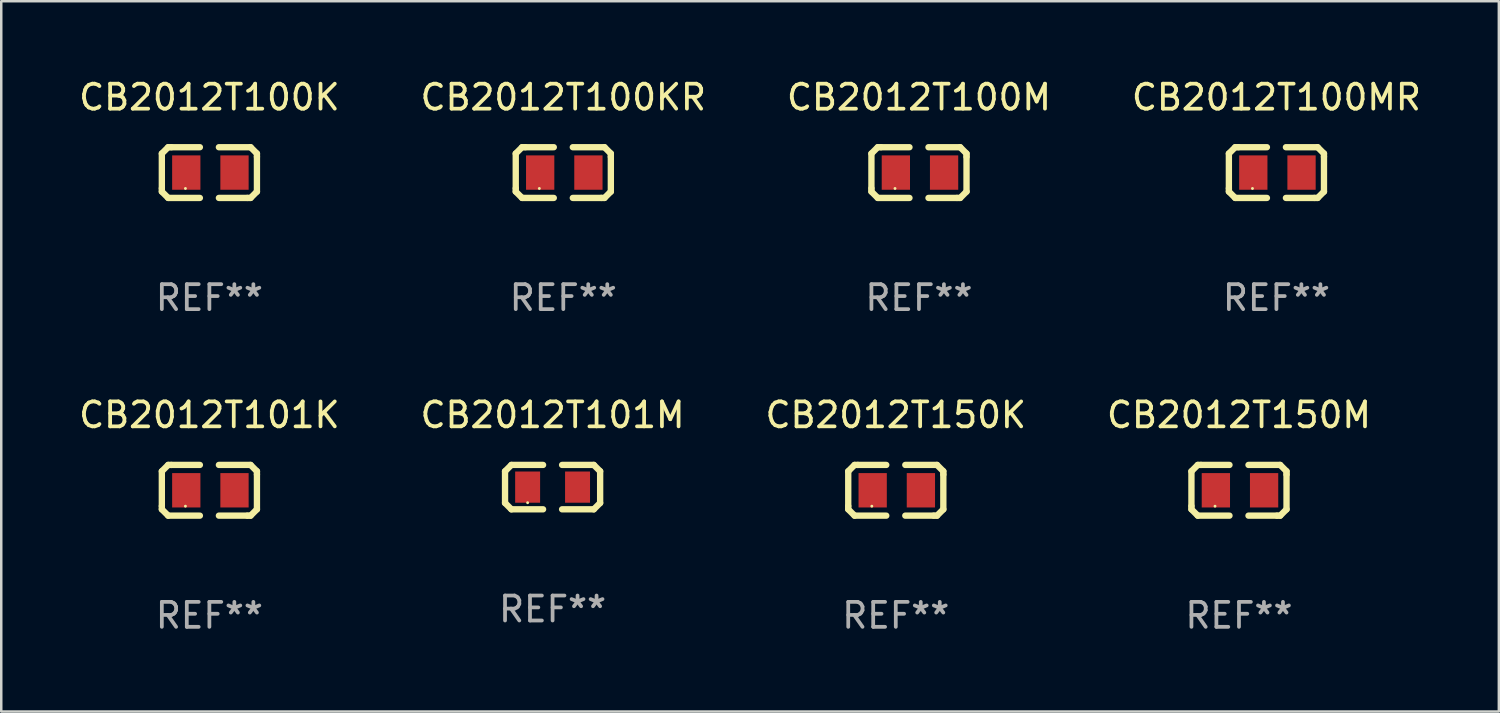
<source format=kicad_pcb>
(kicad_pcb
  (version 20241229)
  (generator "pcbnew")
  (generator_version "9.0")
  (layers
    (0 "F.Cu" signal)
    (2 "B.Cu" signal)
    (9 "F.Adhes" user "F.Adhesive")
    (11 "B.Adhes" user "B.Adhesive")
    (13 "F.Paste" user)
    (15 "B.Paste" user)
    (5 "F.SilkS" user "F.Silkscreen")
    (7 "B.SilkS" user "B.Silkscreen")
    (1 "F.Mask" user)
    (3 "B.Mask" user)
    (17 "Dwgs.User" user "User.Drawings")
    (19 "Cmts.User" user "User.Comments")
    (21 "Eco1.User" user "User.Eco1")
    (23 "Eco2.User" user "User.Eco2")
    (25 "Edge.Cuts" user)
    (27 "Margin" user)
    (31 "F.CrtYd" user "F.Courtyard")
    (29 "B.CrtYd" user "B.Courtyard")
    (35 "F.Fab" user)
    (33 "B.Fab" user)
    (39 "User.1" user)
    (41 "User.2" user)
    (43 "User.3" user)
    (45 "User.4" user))
  (footprint "CB2012T101K"
    (layer "F.Cu")
    (at 5.339 16.593)
    (property "Reference" "CB2012T101K" (at 0 -3.016 0) (layer "F.SilkS") (effects (font (size 1 1) (thickness 0.15))))
    (attr through_hole)
    (fp_line (start -1.905 -0.762) (end -1.905 0.635) (stroke (width 0.254) (type solid)) (layer "F.SilkS"))
    (fp_line (start -1.905 0.635) (end -1.905 0.762) (stroke (width 0.254) (type solid)) (layer "F.SilkS"))
    (fp_line (start -1.905 0.762) (end -1.651 1.016) (stroke (width 0.254) (type solid)) (layer "F.SilkS"))
    (fp_line (start -1.651 -1.016) (end -1.905 -0.762) (stroke (width 0.254) (type solid)) (layer "F.SilkS"))
    (fp_line (start -1.651 1.016) (end -0.381 1.016) (stroke (width 0.254) (type solid)) (layer "F.SilkS"))
    (fp_line (start -1.524 -1.016) (end -1.651 -1.016) (stroke (width 0.254) (type solid)) (layer "F.SilkS"))
    (fp_line (start -0.381 -1.016) (end -1.524 -1.016) (stroke (width 0.254) (type solid)) (layer "F.SilkS"))
    (fp_line (start 0.381 1.016) (end 1.524 1.016) (stroke (width 0.254) (type solid)) (layer "F.SilkS"))
    (fp_line (start 1.524 1.016) (end 1.651 1.016) (stroke (width 0.254) (type solid)) (layer "F.SilkS"))
    (fp_line (start 1.651 -1.016) (end 0.381 -1.016) (stroke (width 0.254) (type solid)) (layer "F.SilkS"))
    (fp_line (start 1.651 1.016) (end 1.905 0.762) (stroke (width 0.254) (type solid)) (layer "F.SilkS"))
    (fp_line (start 1.905 -0.762) (end 1.651 -1.016) (stroke (width 0.254) (type solid)) (layer "F.SilkS"))
    (fp_line (start 1.905 -0.635) (end 1.905 -0.762) (stroke (width 0.254) (type solid)) (layer "F.SilkS"))
    (fp_line (start 1.905 0.762) (end 1.905 -0.635) (stroke (width 0.254) (type solid)) (layer "F.SilkS"))
    (fp_circle (center -0.96 0.637) (end -0.93 0.637) (stroke (width 0.06) (type solid)) (fill no) (layer "F.SilkS"))
    (fp_text user "REF**" (at 0 5.016 0) (layer "F.Fab") (effects (font (size 1 1) (thickness 0.15))))
    (pad "1" smd rect (at -0.926 -0.000051) (size 1.133 1.377) (layers "F.Cu" "F.Mask" "F.Paste"))
    (pad "2" smd rect (at 1.006 -0.000051) (size 1.133 1.377) (layers "F.Cu" "F.Mask" "F.Paste")))
  (footprint "CB2012T150K"
    (layer "F.Cu")
    (at 32.839 16.593)
    (property "Reference" "CB2012T150K" (at 0 -3.016 0) (layer "F.SilkS") (effects (font (size 1 1) (thickness 0.15))))
    (attr through_hole)
    (fp_line (start -1.905 -0.762) (end -1.905 0.635) (stroke (width 0.254) (type solid)) (layer "F.SilkS"))
    (fp_line (start -1.905 0.635) (end -1.905 0.762) (stroke (width 0.254) (type solid)) (layer "F.SilkS"))
    (fp_line (start -1.905 0.762) (end -1.651 1.016) (stroke (width 0.254) (type solid)) (layer "F.SilkS"))
    (fp_line (start -1.651 -1.016) (end -1.905 -0.762) (stroke (width 0.254) (type solid)) (layer "F.SilkS"))
    (fp_line (start -1.651 1.016) (end -0.381 1.016) (stroke (width 0.254) (type solid)) (layer "F.SilkS"))
    (fp_line (start -1.524 -1.016) (end -1.651 -1.016) (stroke (width 0.254) (type solid)) (layer "F.SilkS"))
    (fp_line (start -0.381 -1.016) (end -1.524 -1.016) (stroke (width 0.254) (type solid)) (layer "F.SilkS"))
    (fp_line (start 0.381 1.016) (end 1.524 1.016) (stroke (width 0.254) (type solid)) (layer "F.SilkS"))
    (fp_line (start 1.524 1.016) (end 1.651 1.016) (stroke (width 0.254) (type solid)) (layer "F.SilkS"))
    (fp_line (start 1.651 -1.016) (end 0.381 -1.016) (stroke (width 0.254) (type solid)) (layer "F.SilkS"))
    (fp_line (start 1.651 1.016) (end 1.905 0.762) (stroke (width 0.254) (type solid)) (layer "F.SilkS"))
    (fp_line (start 1.905 -0.762) (end 1.651 -1.016) (stroke (width 0.254) (type solid)) (layer "F.SilkS"))
    (fp_line (start 1.905 -0.635) (end 1.905 -0.762) (stroke (width 0.254) (type solid)) (layer "F.SilkS"))
    (fp_line (start 1.905 0.762) (end 1.905 -0.635) (stroke (width 0.254) (type solid)) (layer "F.SilkS"))
    (fp_circle (center -0.96 0.637) (end -0.93 0.637) (stroke (width 0.06) (type solid)) (fill no) (layer "F.SilkS"))
    (fp_text user "REF**" (at 0 5.016 0) (layer "F.Fab") (effects (font (size 1 1) (thickness 0.15))))
    (pad "1" smd rect (at -0.926 -0.000051) (size 1.133 1.377) (layers "F.Cu" "F.Mask" "F.Paste"))
    (pad "2" smd rect (at 1.006 -0.000051) (size 1.133 1.377) (layers "F.Cu" "F.Mask" "F.Paste")))
  (footprint "CB2012T100M"
    (layer "F.Cu")
    (at 33.768 3.864)
    (property "Reference" "CB2012T100M" (at 0 -3.016 0) (layer "F.SilkS") (effects (font (size 1 1) (thickness 0.15))))
    (attr through_hole)
    (fp_line (start -1.905 -0.762) (end -1.905 0.635) (stroke (width 0.254) (type solid)) (layer "F.SilkS"))
    (fp_line (start -1.905 0.635) (end -1.905 0.762) (stroke (width 0.254) (type solid)) (layer "F.SilkS"))
    (fp_line (start -1.905 0.762) (end -1.651 1.016) (stroke (width 0.254) (type solid)) (layer "F.SilkS"))
    (fp_line (start -1.651 -1.016) (end -1.905 -0.762) (stroke (width 0.254) (type solid)) (layer "F.SilkS"))
    (fp_line (start -1.651 1.016) (end -0.381 1.016) (stroke (width 0.254) (type solid)) (layer "F.SilkS"))
    (fp_line (start -1.524 -1.016) (end -1.651 -1.016) (stroke (width 0.254) (type solid)) (layer "F.SilkS"))
    (fp_line (start -0.381 -1.016) (end -1.524 -1.016) (stroke (width 0.254) (type solid)) (layer "F.SilkS"))
    (fp_line (start 0.381 1.016) (end 1.524 1.016) (stroke (width 0.254) (type solid)) (layer "F.SilkS"))
    (fp_line (start 1.524 1.016) (end 1.651 1.016) (stroke (width 0.254) (type solid)) (layer "F.SilkS"))
    (fp_line (start 1.651 -1.016) (end 0.381 -1.016) (stroke (width 0.254) (type solid)) (layer "F.SilkS"))
    (fp_line (start 1.651 1.016) (end 1.905 0.762) (stroke (width 0.254) (type solid)) (layer "F.SilkS"))
    (fp_line (start 1.905 -0.762) (end 1.651 -1.016) (stroke (width 0.254) (type solid)) (layer "F.SilkS"))
    (fp_line (start 1.905 -0.635) (end 1.905 -0.762) (stroke (width 0.254) (type solid)) (layer "F.SilkS"))
    (fp_line (start 1.905 0.762) (end 1.905 -0.635) (stroke (width 0.254) (type solid)) (layer "F.SilkS"))
    (fp_circle (center -0.96 0.637) (end -0.93 0.637) (stroke (width 0.06) (type solid)) (fill no) (layer "F.SilkS"))
    (fp_text user "REF**" (at 0 5.016 0) (layer "F.Fab") (effects (font (size 1 1) (thickness 0.15))))
    (pad "1" smd rect (at -0.926 -0.000051) (size 1.133 1.377) (layers "F.Cu" "F.Mask" "F.Paste"))
    (pad "2" smd rect (at 1.006 -0.000051) (size 1.133 1.377) (layers "F.Cu" "F.Mask" "F.Paste")))
  (footprint "CB2012T101M"
    (layer "F.Cu")
    (at 19.089 16.466)
    (property "Reference" "CB2012T101M" (at 0 -2.889 0) (layer "F.SilkS") (effects (font (size 1 1) (thickness 0.15))))
    (attr through_hole)
    (fp_line (start -1.905 -0.635) (end -1.651 -0.889) (stroke (width 0.254) (type solid)) (layer "F.SilkS"))
    (fp_line (start -1.905 0.635) (end -1.905 -0.635) (stroke (width 0.254) (type solid)) (layer "F.SilkS"))
    (fp_line (start -1.651 -0.889) (end -0.381 -0.889) (stroke (width 0.254) (type solid)) (layer "F.SilkS"))
    (fp_line (start -1.651 0.889) (end -1.905 0.635) (stroke (width 0.254) (type solid)) (layer "F.SilkS"))
    (fp_line (start -0.381 0.889) (end -1.651 0.889) (stroke (width 0.254) (type solid)) (layer "F.SilkS"))
    (fp_line (start 0.381 -0.889) (end 1.651 -0.889) (stroke (width 0.254) (type solid)) (layer "F.SilkS"))
    (fp_line (start 1.651 -0.889) (end 1.905 -0.635) (stroke (width 0.254) (type solid)) (layer "F.SilkS"))
    (fp_line (start 1.651 0.889) (end 0.381 0.889) (stroke (width 0.254) (type solid)) (layer "F.SilkS"))
    (fp_line (start 1.905 -0.635) (end 1.905 0.635) (stroke (width 0.254) (type solid)) (layer "F.SilkS"))
    (fp_line (start 1.905 0.635) (end 1.651 0.889) (stroke (width 0.254) (type solid)) (layer "F.SilkS"))
    (fp_circle (center -1 0.625) (end -0.97 0.625) (stroke (width 0.06) (type solid)) (fill no) (layer "F.SilkS"))
    (fp_text user "REF**" (at 0 4.889 0) (layer "F.Fab") (effects (font (size 1 1) (thickness 0.15))))
    (pad "1" smd rect (at -1 0 180) (size 1 1.25) (layers "F.Cu" "F.Mask" "F.Paste"))
    (pad "2" smd rect (at 1 0) (size 1 1.25) (layers "F.Cu" "F.Mask" "F.Paste")))
  (footprint "CB2012T100K"
    (layer "F.Cu")
    (at 5.339 3.864)
    (property "Reference" "CB2012T100K" (at 0 -3.016 0) (layer "F.SilkS") (effects (font (size 1 1) (thickness 0.15))))
    (attr through_hole)
    (fp_line (start -1.905 -0.762) (end -1.905 0.635) (stroke (width 0.254) (type solid)) (layer "F.SilkS"))
    (fp_line (start -1.905 0.635) (end -1.905 0.762) (stroke (width 0.254) (type solid)) (layer "F.SilkS"))
    (fp_line (start -1.905 0.762) (end -1.651 1.016) (stroke (width 0.254) (type solid)) (layer "F.SilkS"))
    (fp_line (start -1.651 -1.016) (end -1.905 -0.762) (stroke (width 0.254) (type solid)) (layer "F.SilkS"))
    (fp_line (start -1.651 1.016) (end -0.381 1.016) (stroke (width 0.254) (type solid)) (layer "F.SilkS"))
    (fp_line (start -1.524 -1.016) (end -1.651 -1.016) (stroke (width 0.254) (type solid)) (layer "F.SilkS"))
    (fp_line (start -0.381 -1.016) (end -1.524 -1.016) (stroke (width 0.254) (type solid)) (layer "F.SilkS"))
    (fp_line (start 0.381 1.016) (end 1.524 1.016) (stroke (width 0.254) (type solid)) (layer "F.SilkS"))
    (fp_line (start 1.524 1.016) (end 1.651 1.016) (stroke (width 0.254) (type solid)) (layer "F.SilkS"))
    (fp_line (start 1.651 -1.016) (end 0.381 -1.016) (stroke (width 0.254) (type solid)) (layer "F.SilkS"))
    (fp_line (start 1.651 1.016) (end 1.905 0.762) (stroke (width 0.254) (type solid)) (layer "F.SilkS"))
    (fp_line (start 1.905 -0.762) (end 1.651 -1.016) (stroke (width 0.254) (type solid)) (layer "F.SilkS"))
    (fp_line (start 1.905 -0.635) (end 1.905 -0.762) (stroke (width 0.254) (type solid)) (layer "F.SilkS"))
    (fp_line (start 1.905 0.762) (end 1.905 -0.635) (stroke (width 0.254) (type solid)) (layer "F.SilkS"))
    (fp_circle (center -0.96 0.637) (end -0.93 0.637) (stroke (width 0.06) (type solid)) (fill no) (layer "F.SilkS"))
    (fp_text user "REF**" (at 0 5.016 0) (layer "F.Fab") (effects (font (size 1 1) (thickness 0.15))))
    (pad "1" smd rect (at -0.926 -0.000051) (size 1.133 1.377) (layers "F.Cu" "F.Mask" "F.Paste"))
    (pad "2" smd rect (at 1.006 -0.000051) (size 1.133 1.377) (layers "F.Cu" "F.Mask" "F.Paste")))
  (footprint "CB2012T100MR"
    (layer "F.Cu")
    (at 48.089 3.864)
    (property "Reference" "CB2012T100MR" (at 0 -3.016 0) (layer "F.SilkS") (effects (font (size 1 1) (thickness 0.15))))
    (attr through_hole)
    (fp_line (start -1.905 -0.762) (end -1.905 0.635) (stroke (width 0.254) (type solid)) (layer "F.SilkS"))
    (fp_line (start -1.905 0.635) (end -1.905 0.762) (stroke (width 0.254) (type solid)) (layer "F.SilkS"))
    (fp_line (start -1.905 0.762) (end -1.651 1.016) (stroke (width 0.254) (type solid)) (layer "F.SilkS"))
    (fp_line (start -1.651 -1.016) (end -1.905 -0.762) (stroke (width 0.254) (type solid)) (layer "F.SilkS"))
    (fp_line (start -1.651 1.016) (end -0.381 1.016) (stroke (width 0.254) (type solid)) (layer "F.SilkS"))
    (fp_line (start -1.524 -1.016) (end -1.651 -1.016) (stroke (width 0.254) (type solid)) (layer "F.SilkS"))
    (fp_line (start -0.381 -1.016) (end -1.524 -1.016) (stroke (width 0.254) (type solid)) (layer "F.SilkS"))
    (fp_line (start 0.381 1.016) (end 1.524 1.016) (stroke (width 0.254) (type solid)) (layer "F.SilkS"))
    (fp_line (start 1.524 1.016) (end 1.651 1.016) (stroke (width 0.254) (type solid)) (layer "F.SilkS"))
    (fp_line (start 1.651 -1.016) (end 0.381 -1.016) (stroke (width 0.254) (type solid)) (layer "F.SilkS"))
    (fp_line (start 1.651 1.016) (end 1.905 0.762) (stroke (width 0.254) (type solid)) (layer "F.SilkS"))
    (fp_line (start 1.905 -0.762) (end 1.651 -1.016) (stroke (width 0.254) (type solid)) (layer "F.SilkS"))
    (fp_line (start 1.905 -0.635) (end 1.905 -0.762) (stroke (width 0.254) (type solid)) (layer "F.SilkS"))
    (fp_line (start 1.905 0.762) (end 1.905 -0.635) (stroke (width 0.254) (type solid)) (layer "F.SilkS"))
    (fp_circle (center -0.96 0.637) (end -0.93 0.637) (stroke (width 0.06) (type solid)) (fill no) (layer "F.SilkS"))
    (fp_text user "REF**" (at 0 5.016 0) (layer "F.Fab") (effects (font (size 1 1) (thickness 0.15))))
    (pad "1" smd rect (at -0.926 -0.000051) (size 1.133 1.377) (layers "F.Cu" "F.Mask" "F.Paste"))
    (pad "2" smd rect (at 1.006 -0.000051) (size 1.133 1.377) (layers "F.Cu" "F.Mask" "F.Paste")))
  (footprint "CB2012T100KR"
    (layer "F.Cu")
    (at 19.518 3.864)
    (property "Reference" "CB2012T100KR" (at 0 -3.016 0) (layer "F.SilkS") (effects (font (size 1 1) (thickness 0.15))))
    (attr through_hole)
    (fp_line (start -1.905 -0.762) (end -1.905 0.635) (stroke (width 0.254) (type solid)) (layer "F.SilkS"))
    (fp_line (start -1.905 0.635) (end -1.905 0.762) (stroke (width 0.254) (type solid)) (layer "F.SilkS"))
    (fp_line (start -1.905 0.762) (end -1.651 1.016) (stroke (width 0.254) (type solid)) (layer "F.SilkS"))
    (fp_line (start -1.651 -1.016) (end -1.905 -0.762) (stroke (width 0.254) (type solid)) (layer "F.SilkS"))
    (fp_line (start -1.651 1.016) (end -0.381 1.016) (stroke (width 0.254) (type solid)) (layer "F.SilkS"))
    (fp_line (start -1.524 -1.016) (end -1.651 -1.016) (stroke (width 0.254) (type solid)) (layer "F.SilkS"))
    (fp_line (start -0.381 -1.016) (end -1.524 -1.016) (stroke (width 0.254) (type solid)) (layer "F.SilkS"))
    (fp_line (start 0.381 1.016) (end 1.524 1.016) (stroke (width 0.254) (type solid)) (layer "F.SilkS"))
    (fp_line (start 1.524 1.016) (end 1.651 1.016) (stroke (width 0.254) (type solid)) (layer "F.SilkS"))
    (fp_line (start 1.651 -1.016) (end 0.381 -1.016) (stroke (width 0.254) (type solid)) (layer "F.SilkS"))
    (fp_line (start 1.651 1.016) (end 1.905 0.762) (stroke (width 0.254) (type solid)) (layer "F.SilkS"))
    (fp_line (start 1.905 -0.762) (end 1.651 -1.016) (stroke (width 0.254) (type solid)) (layer "F.SilkS"))
    (fp_line (start 1.905 -0.635) (end 1.905 -0.762) (stroke (width 0.254) (type solid)) (layer "F.SilkS"))
    (fp_line (start 1.905 0.762) (end 1.905 -0.635) (stroke (width 0.254) (type solid)) (layer "F.SilkS"))
    (fp_circle (center -0.96 0.637) (end -0.93 0.637) (stroke (width 0.06) (type solid)) (fill no) (layer "F.SilkS"))
    (fp_text user "REF**" (at 0 5.016 0) (layer "F.Fab") (effects (font (size 1 1) (thickness 0.15))))
    (pad "1" smd rect (at -0.926 -0.000051) (size 1.133 1.377) (layers "F.Cu" "F.Mask" "F.Paste"))
    (pad "2" smd rect (at 1.006 -0.000051) (size 1.133 1.377) (layers "F.Cu" "F.Mask" "F.Paste")))
  (footprint "CB2012T150M"
    (layer "F.Cu")
    (at 46.589 16.593)
    (property "Reference" "CB2012T150M" (at 0 -3.016 0) (layer "F.SilkS") (effects (font (size 1 1) (thickness 0.15))))
    (attr through_hole)
    (fp_line (start -1.905 -0.762) (end -1.905 0.635) (stroke (width 0.254) (type solid)) (layer "F.SilkS"))
    (fp_line (start -1.905 0.635) (end -1.905 0.762) (stroke (width 0.254) (type solid)) (layer "F.SilkS"))
    (fp_line (start -1.905 0.762) (end -1.651 1.016) (stroke (width 0.254) (type solid)) (layer "F.SilkS"))
    (fp_line (start -1.651 -1.016) (end -1.905 -0.762) (stroke (width 0.254) (type solid)) (layer "F.SilkS"))
    (fp_line (start -1.651 1.016) (end -0.381 1.016) (stroke (width 0.254) (type solid)) (layer "F.SilkS"))
    (fp_line (start -1.524 -1.016) (end -1.651 -1.016) (stroke (width 0.254) (type solid)) (layer "F.SilkS"))
    (fp_line (start -0.381 -1.016) (end -1.524 -1.016) (stroke (width 0.254) (type solid)) (layer "F.SilkS"))
    (fp_line (start 0.381 1.016) (end 1.524 1.016) (stroke (width 0.254) (type solid)) (layer "F.SilkS"))
    (fp_line (start 1.524 1.016) (end 1.651 1.016) (stroke (width 0.254) (type solid)) (layer "F.SilkS"))
    (fp_line (start 1.651 -1.016) (end 0.381 -1.016) (stroke (width 0.254) (type solid)) (layer "F.SilkS"))
    (fp_line (start 1.651 1.016) (end 1.905 0.762) (stroke (width 0.254) (type solid)) (layer "F.SilkS"))
    (fp_line (start 1.905 -0.762) (end 1.651 -1.016) (stroke (width 0.254) (type solid)) (layer "F.SilkS"))
    (fp_line (start 1.905 -0.635) (end 1.905 -0.762) (stroke (width 0.254) (type solid)) (layer "F.SilkS"))
    (fp_line (start 1.905 0.762) (end 1.905 -0.635) (stroke (width 0.254) (type solid)) (layer "F.SilkS"))
    (fp_circle (center -0.96 0.637) (end -0.93 0.637) (stroke (width 0.06) (type solid)) (fill no) (layer "F.SilkS"))
    (fp_text user "REF**" (at 0 5.016 0) (layer "F.Fab") (effects (font (size 1 1) (thickness 0.15))))
    (pad "1" smd rect (at -0.926 -0.000051) (size 1.133 1.377) (layers "F.Cu" "F.Mask" "F.Paste"))
    (pad "2" smd rect (at 1.006 -0.000051) (size 1.133 1.377) (layers "F.Cu" "F.Mask" "F.Paste")))
  (gr_rect
    (start -3 -3)
    (end 57 25.457)
    (stroke (width 0.1) (type default))
    (fill no)
    (layer "Edge.Cuts")))
</source>
